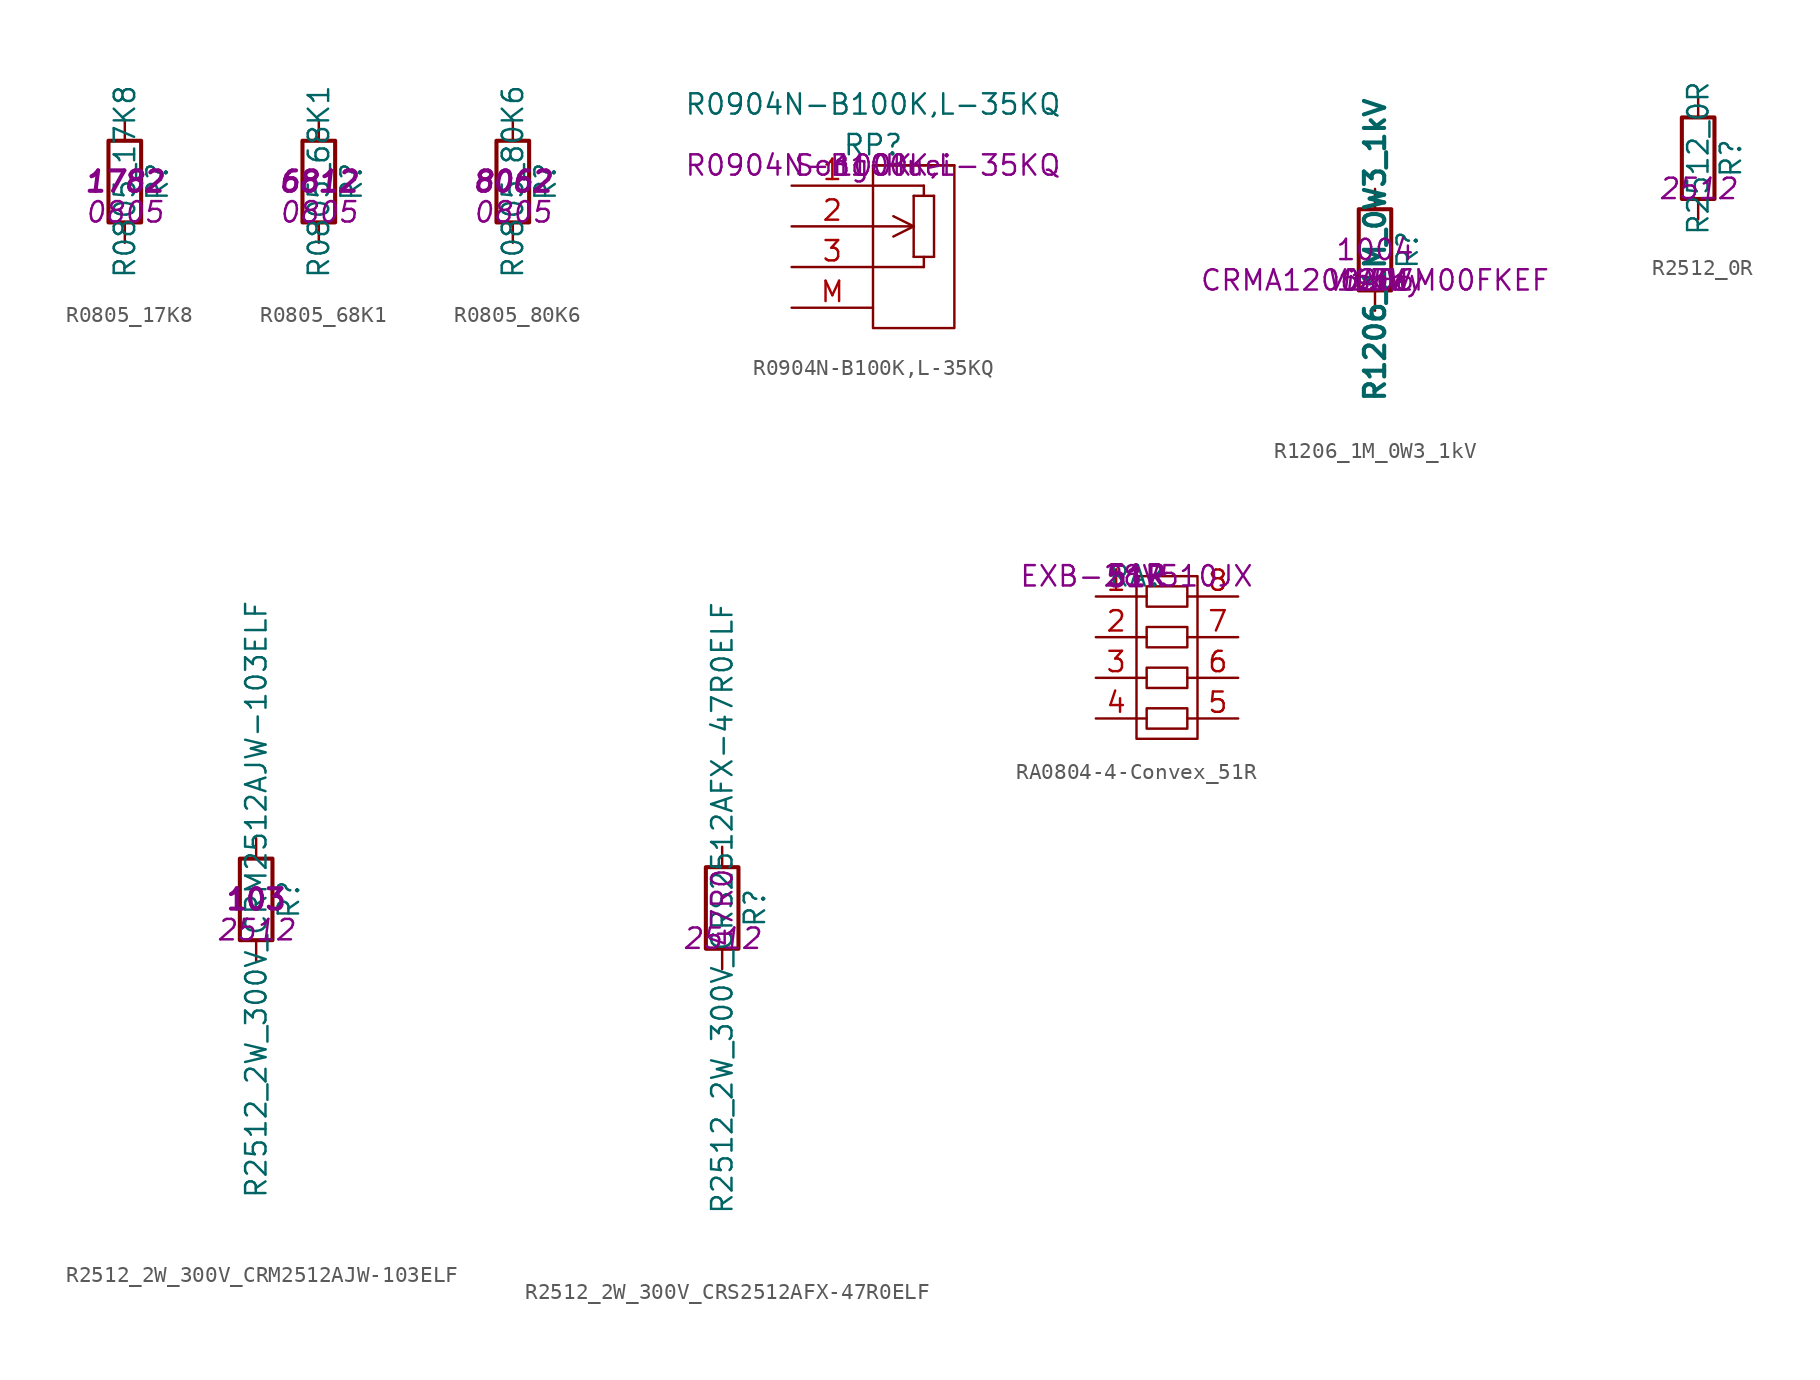
<source format=kicad_sym>
(kicad_symbol_lib
  (version 20211014)
  (generator kicad_symbol_editor)
  (symbol "R0805_17K8"
    (pin_numbers hide)
    (pin_names
      (offset 0))
    (property "Reference" "R"
      (at 2.032 0 90)
      (effects (font (size 1.27 1.27))))
    (property "Value" "R0805_17K8"
      (at 0 0 90)
      (effects (font (size 1.27 1.27))))
    (property "Case" "0805"
      (at 0 -1.905 0)
      (effects (font (size 1.27 1.27) italic)))
    (property "Mark" "1782"
      (at 0 0 0)
      (effects (font (size 1.27 1.27) bold italic)))
    (symbol "R0805_17K8_0_1"
      (rectangle (start -1.016 -2.54) (end 1.016 2.54) (stroke (width 0.254) (type default) (color 0 0 0 0)) (fill (type none))))
    (symbol "R0805_17K8_1_1"
      (pin passive line (at 0 3.81 270) (length 1.27) (name "~" (effects (font (size 1.27 1.27)))) (number "1" (effects (font (size 1.27 1.27)))))
      (pin passive line (at 0 -3.81 90) (length 1.27) (name "~" (effects (font (size 1.27 1.27)))) (number "2" (effects (font (size 1.27 1.27)))))))
  (symbol "R0805_68K1"
    (pin_numbers hide)
    (pin_names
      (offset 0))
    (property "Reference" "R"
      (at 2.032 0 90)
      (effects (font (size 1.27 1.27))))
    (property "Value" "R0805_68K1"
      (at 0 0 90)
      (effects (font (size 1.27 1.27))))
    (property "Case" "0805"
      (at 0 -1.905 0)
      (effects (font (size 1.27 1.27) italic)))
    (property "Mark" "6812"
      (at 0 0 0)
      (effects (font (size 1.27 1.27) bold italic)))
    (symbol "R0805_68K1_0_1"
      (rectangle (start -1.016 -2.54) (end 1.016 2.54) (stroke (width 0.254) (type default) (color 0 0 0 0)) (fill (type none))))
    (symbol "R0805_68K1_1_1"
      (pin passive line (at 0 3.81 270) (length 1.27) (name "~" (effects (font (size 1.27 1.27)))) (number "1" (effects (font (size 1.27 1.27)))))
      (pin passive line (at 0 -3.81 90) (length 1.27) (name "~" (effects (font (size 1.27 1.27)))) (number "2" (effects (font (size 1.27 1.27)))))))
  (symbol "R0805_80K6"
    (pin_numbers hide)
    (pin_names
      (offset 0))
    (property "Reference" "R"
      (at 2.032 0 90)
      (effects (font (size 1.27 1.27))))
    (property "Value" "R0805_80K6"
      (at 0 0 90)
      (effects (font (size 1.27 1.27))))
    (property "Case" "0805"
      (at 0 -1.905 0)
      (effects (font (size 1.27 1.27) italic)))
    (property "Mark" "8062"
      (at 0 0 0)
      (effects (font (size 1.27 1.27) bold italic)))
    (symbol "R0805_80K6_0_1"
      (rectangle (start -1.016 -2.54) (end 1.016 2.54) (stroke (width 0.254) (type default) (color 0 0 0 0)) (fill (type none))))
    (symbol "R0805_80K6_1_1"
      (pin passive line (at 0 3.81 270) (length 1.27) (name "~" (effects (font (size 1.27 1.27)))) (number "1" (effects (font (size 1.27 1.27)))))
      (pin passive line (at 0 -3.81 90) (length 1.27) (name "~" (effects (font (size 1.27 1.27)))) (number "2" (effects (font (size 1.27 1.27)))))))
  (symbol "R0904N-B100K,L-35KQ"
    (pin_names
      (offset 1.016) hide)
    (property "Reference" "RP"
      (at 0 1.27 0)
      (effects (font (size 1.27 1.27))))
    (property "Value" "R0904N-B100K,L-35KQ"
      (at 0 3.81 0)
      (effects (font (size 1.27 1.27))))
    (property "Manuf" "Song Huei"
      (at 0 0 0)
      (effects (font (size 1.27 1.27))))
    (property "p/n" "R0904N-B100K,L-35KQ"
      (at 0 0 0)
      (effects (font (size 1.27 1.27))))
    (property "Resistance" "100K"
      (at 0 0 0)
      (effects (font (size 1.27 1.27))))
    (symbol "R0904N-B100K,L-35KQ_0_1"
      (polyline (pts (xy 2.54 -3.81) (xy 0 -3.81)) (stroke (width 0) (type default) (color 0 0 0 0)) (fill (type none)))
      (polyline (pts (xy 2.54 -3.81) (xy 1.27 -4.445)) (stroke (width 0) (type default) (color 0 0 0 0)) (fill (type none)))
      (polyline (pts (xy 2.54 -3.81) (xy 1.27 -3.175)) (stroke (width 0) (type default) (color 0 0 0 0)) (fill (type none)))
      (rectangle (start 0 0) (end 5.08 0) (stroke (width 0) (type default) (color 0 0 0 0)) (fill (type none)))
      (rectangle (start 2.54 -5.715) (end 2.54 -3.81) (stroke (width 0) (type default) (color 0 0 0 0)) (fill (type none)))
      (rectangle (start 2.54 -3.81) (end 2.54 -1.905) (stroke (width 0) (type default) (color 0 0 0 0)) (fill (type none)))
      (rectangle (start 2.54 -1.905) (end 3.81 -1.905) (stroke (width 0) (type default) (color 0 0 0 0)) (fill (type none)))
      (rectangle (start 3.175 -6.35) (end 0 -6.35) (stroke (width 0) (type default) (color 0 0 0 0)) (fill (type none)))
      (rectangle (start 3.175 -5.715) (end 3.175 -6.35) (stroke (width 0) (type default) (color 0 0 0 0)) (fill (type none)))
      (rectangle (start 3.175 -1.905) (end 3.175 -1.27) (stroke (width 0) (type default) (color 0 0 0 0)) (fill (type none)))
      (rectangle (start 3.175 -1.27) (end 0 -1.27) (stroke (width 0) (type default) (color 0 0 0 0)) (fill (type none)))
      (rectangle (start 3.81 -5.715) (end 2.54 -5.715) (stroke (width 0) (type default) (color 0 0 0 0)) (fill (type none)))
      (rectangle (start 3.81 -1.905) (end 3.81 -5.715) (stroke (width 0) (type default) (color 0 0 0 0)) (fill (type none)))
      (rectangle (start 5.08 0) (end 0 -10.16) (stroke (width 0) (type default) (color 0 0 0 0)) (fill (type none))))
    (symbol "R0904N-B100K,L-35KQ_1_1"
      (pin passive line (at -5.08 -1.27 0) (length 5.08) (name "1" (effects (font (size 1.27 1.27)))) (number "1" (effects (font (size 1.27 1.27)))))
      (pin passive line (at -5.08 -3.81 0) (length 5.08) (name "2" (effects (font (size 1.27 1.27)))) (number "2" (effects (font (size 1.27 1.27)))))
      (pin passive line (at -5.08 -6.35 0) (length 5.08) (name "3" (effects (font (size 1.27 1.27)))) (number "3" (effects (font (size 1.27 1.27)))))
      (pin passive line (at -5.08 -8.89 0) (length 5.08) (name "M" (effects (font (size 1.27 1.27)))) (number "M" (effects (font (size 1.27 1.27)))))))
  (symbol "R1206_1M_0W3_1kV"
    (pin_numbers hide)
    (pin_names
      (offset 0))
    (property "Reference" "R"
      (at 2.032 0 90)
      (effects (font (size 1.27 1.27))))
    (property "Value" "R1206_1M_0W3_1kV"
      (at 0 0 90)
      (effects (font (size 1.27 1.27) bold)))
    (property "Case" "1206"
      (at 0 -1.905 0)
      (effects (font (size 1.27 1.27) italic)))
    (property "Pwr" "0.3W"
      (at 0 -1.905 0)
      (effects (font (size 1.27 1.27) italic)))
    (property "Vmax" "1kV"
      (at 0 -1.905 0)
      (effects (font (size 1.27 1.27) italic)))
    (property "p/n" "CRMA1206AF1M00FKEF"
      (at 0 -1.905 0)
      (effects (font (size 1.27 1.27))))
    (property "Manuf" "Vishay"
      (at 0 -1.905 0)
      (effects (font (size 1.27 1.27) italic)))
    (property "Mark" "1004"
      (at 0 0 0)
      (effects (font (size 1.27 1.27))))
    (symbol "R1206_1M_0W3_1kV_0_1"
      (rectangle (start -1.016 -2.54) (end 1.016 2.54) (stroke (width 0.254) (type default) (color 0 0 0 0)) (fill (type none))))
    (symbol "R1206_1M_0W3_1kV_1_1"
      (pin passive line (at 0 3.81 270) (length 1.27) (name "~" (effects (font (size 1.27 1.27)))) (number "1" (effects (font (size 1.27 1.27)))))
      (pin passive line (at 0 -3.81 90) (length 1.27) (name "~" (effects (font (size 1.27 1.27)))) (number "2" (effects (font (size 1.27 1.27)))))))
  (symbol "R2512_0R"
    (pin_numbers hide)
    (pin_names
      (offset 0))
    (property "Reference" "R"
      (at 2.032 0 90)
      (effects (font (size 1.27 1.27))))
    (property "Value" "R2512_0R"
      (at 0 0 90)
      (effects (font (size 1.27 1.27))))
    (property "Case" "2512"
      (at 0 -1.905 0)
      (effects (font (size 1.27 1.27) italic)))
    (symbol "R2512_0R_0_1"
      (rectangle (start -1.016 -2.54) (end 1.016 2.54) (stroke (width 0.254) (type default) (color 0 0 0 0)) (fill (type none))))
    (symbol "R2512_0R_1_1"
      (pin passive line (at 0 3.81 270) (length 1.27) (name "~" (effects (font (size 1.27 1.27)))) (number "1" (effects (font (size 1.27 1.27)))))
      (pin passive line (at 0 -3.81 90) (length 1.27) (name "~" (effects (font (size 1.27 1.27)))) (number "2" (effects (font (size 1.27 1.27)))))))
  (symbol "R2512_2W_300V_CRM2512AJW-103ELF"
    (pin_numbers hide)
    (pin_names
      (offset 0))
    (property "Reference" "R"
      (at 2.032 0 90)
      (effects (font (size 1.27 1.27))))
    (property "Value" "R2512_2W_300V_CRM2512AJW-103ELF"
      (at 0 0 90)
      (effects (font (size 1.27 1.27))))
    (property "Case" "2512"
      (at 0 -1.905 0)
      (effects (font (size 1.27 1.27) italic)))
    (property "Mark" "103"
      (at 0 0 0)
      (effects (font (size 1.27 1.27) bold)))
    (symbol "R2512_2W_300V_CRM2512AJW-103ELF_0_1"
      (rectangle (start -1.016 -2.54) (end 1.016 2.54) (stroke (width 0.254) (type default) (color 0 0 0 0)) (fill (type none))))
    (symbol "R2512_2W_300V_CRM2512AJW-103ELF_1_1"
      (pin passive line (at 0 3.81 270) (length 1.27) (name "~" (effects (font (size 1.27 1.27)))) (number "1" (effects (font (size 1.27 1.27)))))
      (pin passive line (at 0 -3.81 90) (length 1.27) (name "~" (effects (font (size 1.27 1.27)))) (number "2" (effects (font (size 1.27 1.27)))))))
  (symbol "R2512_2W_300V_CRS2512AFX-47R0ELF"
    (pin_numbers hide)
    (pin_names
      (offset 0))
    (property "Reference" "R"
      (at 2.032 0 90)
      (effects (font (size 1.27 1.27))))
    (property "Value" "R2512_2W_300V_CRS2512AFX-47R0ELF"
      (at 0 0 90)
      (effects (font (size 1.27 1.27))))
    (property "Case" "2512"
      (at 0 -1.905 0)
      (effects (font (size 1.27 1.27) italic)))
    (property "Mark" "47R0"
      (at 0 0 90)
      (effects (font (size 1.27 1.27))))
    (symbol "R2512_2W_300V_CRS2512AFX-47R0ELF_0_1"
      (rectangle (start -1.016 -2.54) (end 1.016 2.54) (stroke (width 0.254) (type default) (color 0 0 0 0)) (fill (type none))))
    (symbol "R2512_2W_300V_CRS2512AFX-47R0ELF_1_1"
      (pin passive line (at 0 3.81 270) (length 1.27) (name "~" (effects (font (size 1.27 1.27)))) (number "1" (effects (font (size 1.27 1.27)))))
      (pin passive line (at 0 -3.81 90) (length 1.27) (name "~" (effects (font (size 1.27 1.27)))) (number "2" (effects (font (size 1.27 1.27)))))))
  (symbol "RA0804-4-Convex_51R"
    (pin_names
      (offset 1.016))
    (property "Reference" "RA"
      (at 0 0 0)
      (effects (font (size 1.27 1.27))))
    (property "p/n" "EXB-28V510JX"
      (at 0 0 0)
      (effects (font (size 1.27 1.27))))
    (property "Resistance" "51R"
      (at 0 0 0)
      (effects (font (size 1.27 1.27) bold)))
    (symbol "RA0804-4-Convex_51R_0_1"
      (polyline (pts (xy 0 -1.27) (xy 0.635 -1.27)) (stroke (width 0) (type default) (color 0 0 0 0)) (fill (type none)))
      (polyline (pts (xy 3.175 -1.27) (xy 3.81 -1.27)) (stroke (width 0) (type default) (color 0 0 0 0)) (fill (type none)))
      (rectangle (start 0 0) (end 3.81 -10.16) (stroke (width 0) (type default) (color 0 0 0 0)) (fill (type none)))
      (rectangle (start 0.635 -0.635) (end 3.175 -1.905) (stroke (width 0) (type default) (color 0 0 0 0)) (fill (type none))))
    (symbol "RA0804-4-Convex_51R_1_1"
      (polyline (pts (xy 0 -8.89) (xy 0.635 -8.89)) (stroke (width 0) (type default) (color 0 0 0 0)) (fill (type none)))
      (polyline (pts (xy 0 -6.35) (xy 0.635 -6.35)) (stroke (width 0) (type default) (color 0 0 0 0)) (fill (type none)))
      (polyline (pts (xy 0 -3.81) (xy 0.635 -3.81)) (stroke (width 0) (type default) (color 0 0 0 0)) (fill (type none)))
      (polyline (pts (xy 3.175 -8.89) (xy 3.81 -8.89)) (stroke (width 0) (type default) (color 0 0 0 0)) (fill (type none)))
      (polyline (pts (xy 3.175 -6.35) (xy 3.81 -6.35)) (stroke (width 0) (type default) (color 0 0 0 0)) (fill (type none)))
      (polyline (pts (xy 3.175 -3.81) (xy 3.81 -3.81)) (stroke (width 0) (type default) (color 0 0 0 0)) (fill (type none)))
      (rectangle (start 0.635 -8.255) (end 3.175 -9.525) (stroke (width 0) (type default) (color 0 0 0 0)) (fill (type none)))
      (rectangle (start 0.635 -5.715) (end 3.175 -6.985) (stroke (width 0) (type default) (color 0 0 0 0)) (fill (type none)))
      (rectangle (start 0.635 -3.175) (end 3.175 -4.445) (stroke (width 0) (type default) (color 0 0 0 0)) (fill (type none)))
      (pin passive line (at -2.54 -1.27 0) (length 2.54) (name "~" (effects (font (size 1.27 1.27)))) (number "1" (effects (font (size 1.27 1.27)))))
      (pin passive line (at -2.54 -3.81 0) (length 2.54) (name "~" (effects (font (size 1.27 1.27)))) (number "2" (effects (font (size 1.27 1.27)))))
      (pin passive line (at -2.54 -6.35 0) (length 2.54) (name "~" (effects (font (size 1.27 1.27)))) (number "3" (effects (font (size 1.27 1.27)))))
      (pin passive line (at -2.54 -8.89 0) (length 2.54) (name "~" (effects (font (size 1.27 1.27)))) (number "4" (effects (font (size 1.27 1.27)))))
      (pin passive line (at 6.35 -8.89 180) (length 2.54) (name "~" (effects (font (size 1.27 1.27)))) (number "5" (effects (font (size 1.27 1.27)))))
      (pin passive line (at 6.35 -6.35 180) (length 2.54) (name "~" (effects (font (size 1.27 1.27)))) (number "6" (effects (font (size 1.27 1.27)))))
      (pin passive line (at 6.35 -3.81 180) (length 2.54) (name "~" (effects (font (size 1.27 1.27)))) (number "7" (effects (font (size 1.27 1.27)))))
      (pin passive line (at 6.35 -1.27 180) (length 2.54) (name "~" (effects (font (size 1.27 1.27)))) (number "8" (effects (font (size 1.27 1.27))))))))
</source>
